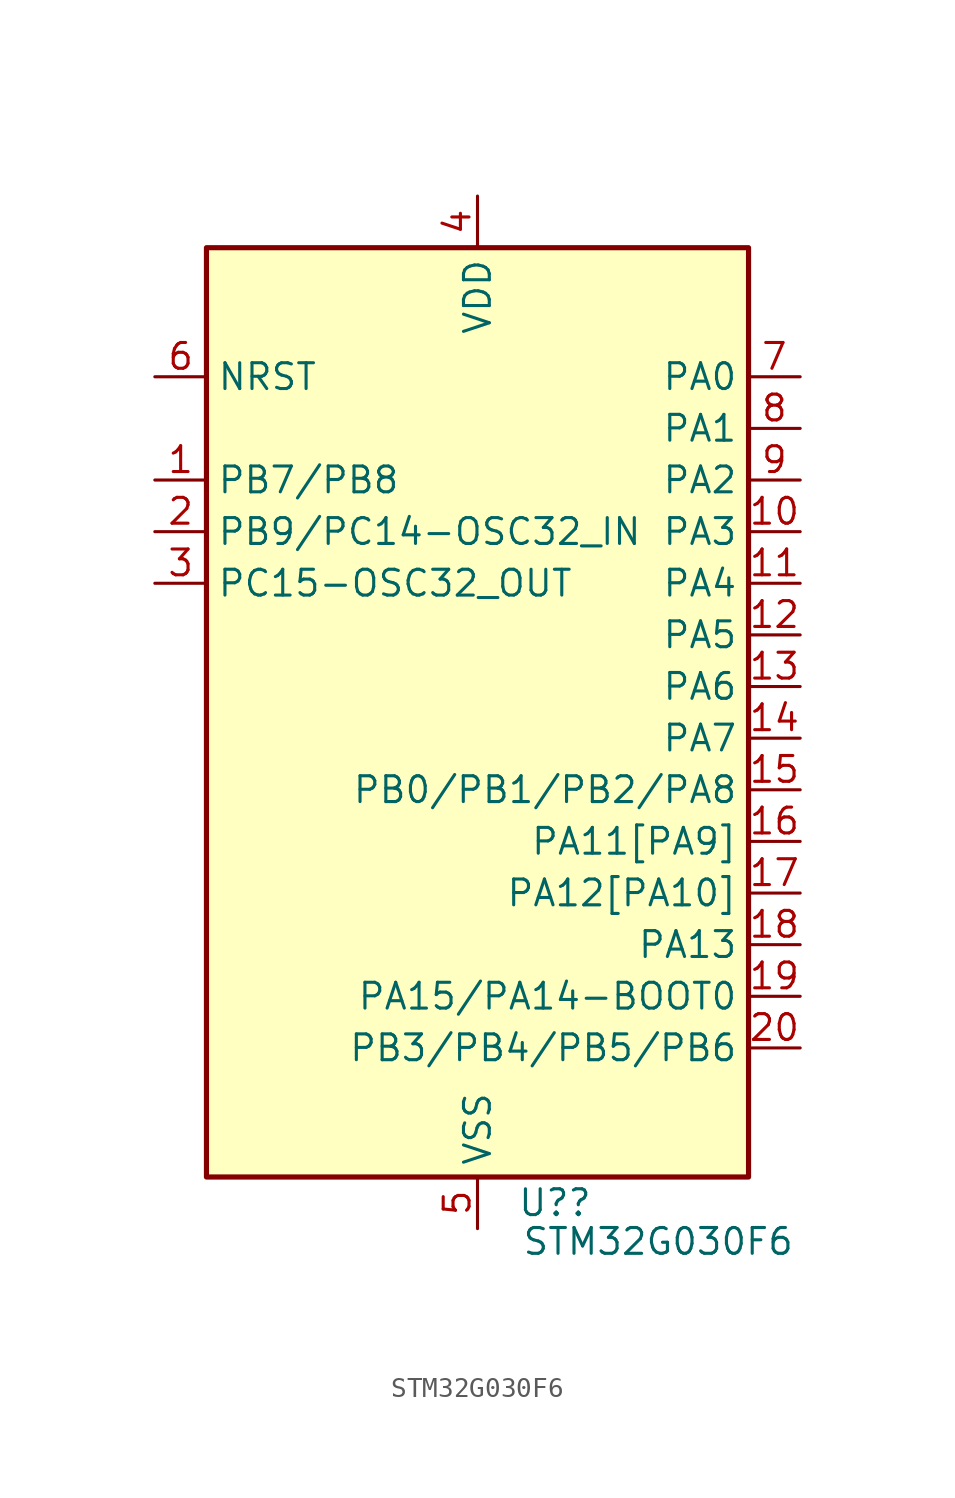
<source format=kicad_sym>
(kicad_symbol_lib
  (version 20211014)
  (generator kicad_symbol_editor)
  (symbol "STM32G030F6"
    (property "Reference" "U?"
      (at 3.81 -27.305 0)
      (effects (font (size 1.27 1.27))))
    (property "Value" "STM32G030F6"
      (at 8.89 -29.21 0)
      (effects (font (size 1.27 1.27))))
    (symbol "STM32G030F6_0_1"
      (rectangle (start -13.335 19.685) (end 13.335 -26.035) (stroke (width 0.254) (type default) (color 0 0 0 0)) (fill (type background))))
    (symbol "STM32G030F6_1_1"
      (pin bidirectional line (at -15.875 8.255 0) (length 2.54) (name "PB7/PB8" (effects (font (size 1.27 1.27)))) (number "1" (effects (font (size 1.27 1.27)))))
      (pin bidirectional line (at 15.875 5.715 180) (length 2.54) (name "PA3" (effects (font (size 1.27 1.27)))) (number "10" (effects (font (size 1.27 1.27)))))
      (pin bidirectional line (at 15.875 3.175 180) (length 2.54) (name "PA4" (effects (font (size 1.27 1.27)))) (number "11" (effects (font (size 1.27 1.27)))))
      (pin bidirectional line (at 15.875 0.635 180) (length 2.54) (name "PA5" (effects (font (size 1.27 1.27)))) (number "12" (effects (font (size 1.27 1.27)))))
      (pin bidirectional line (at 15.875 -1.905 180) (length 2.54) (name "PA6" (effects (font (size 1.27 1.27)))) (number "13" (effects (font (size 1.27 1.27)))))
      (pin bidirectional line (at 15.875 -4.445 180) (length 2.54) (name "PA7" (effects (font (size 1.27 1.27)))) (number "14" (effects (font (size 1.27 1.27)))))
      (pin bidirectional line (at 15.875 -6.985 180) (length 2.54) (name "PB0/PB1/PB2/PA8" (effects (font (size 1.27 1.27)))) (number "15" (effects (font (size 1.27 1.27)))))
      (pin bidirectional line (at 15.875 -9.525 180) (length 2.54) (name "PA11[PA9]" (effects (font (size 1.27 1.27)))) (number "16" (effects (font (size 1.27 1.27)))))
      (pin bidirectional line (at 15.875 -12.065 180) (length 2.54) (name "PA12[PA10]" (effects (font (size 1.27 1.27)))) (number "17" (effects (font (size 1.27 1.27)))))
      (pin bidirectional line (at 15.875 -14.605 180) (length 2.54) (name "PA13" (effects (font (size 1.27 1.27)))) (number "18" (effects (font (size 1.27 1.27)))))
      (pin bidirectional line (at 15.875 -17.145 180) (length 2.54) (name "PA15/PA14-BOOT0" (effects (font (size 1.27 1.27)))) (number "19" (effects (font (size 1.27 1.27)))))
      (pin bidirectional line (at -15.875 5.715 0) (length 2.54) (name "PB9/PC14-OSC32_IN" (effects (font (size 1.27 1.27)))) (number "2" (effects (font (size 1.27 1.27)))))
      (pin bidirectional line (at 15.875 -19.685 180) (length 2.54) (name "PB3/PB4/PB5/PB6" (effects (font (size 1.27 1.27)))) (number "20" (effects (font (size 1.27 1.27)))))
      (pin bidirectional line (at -15.875 3.175 0) (length 2.54) (name "PC15-OSC32_OUT" (effects (font (size 1.27 1.27)))) (number "3" (effects (font (size 1.27 1.27)))))
      (pin power_in line (at 0 22.225 270) (length 2.54) (name "VDD" (effects (font (size 1.27 1.27)))) (number "4" (effects (font (size 1.27 1.27)))))
      (pin power_in line (at 0 -28.575 90) (length 2.54) (name "VSS" (effects (font (size 1.27 1.27)))) (number "5" (effects (font (size 1.27 1.27)))))
      (pin input line (at -15.875 13.335 0) (length 2.54) (name "NRST" (effects (font (size 1.27 1.27)))) (number "6" (effects (font (size 1.27 1.27)))))
      (pin bidirectional line (at 15.875 13.335 180) (length 2.54) (name "PA0" (effects (font (size 1.27 1.27)))) (number "7" (effects (font (size 1.27 1.27)))))
      (pin bidirectional line (at 15.875 10.795 180) (length 2.54) (name "PA1" (effects (font (size 1.27 1.27)))) (number "8" (effects (font (size 1.27 1.27)))))
      (pin bidirectional line (at 15.875 8.255 180) (length 2.54) (name "PA2" (effects (font (size 1.27 1.27)))) (number "9" (effects (font (size 1.27 1.27))))))))
</source>
